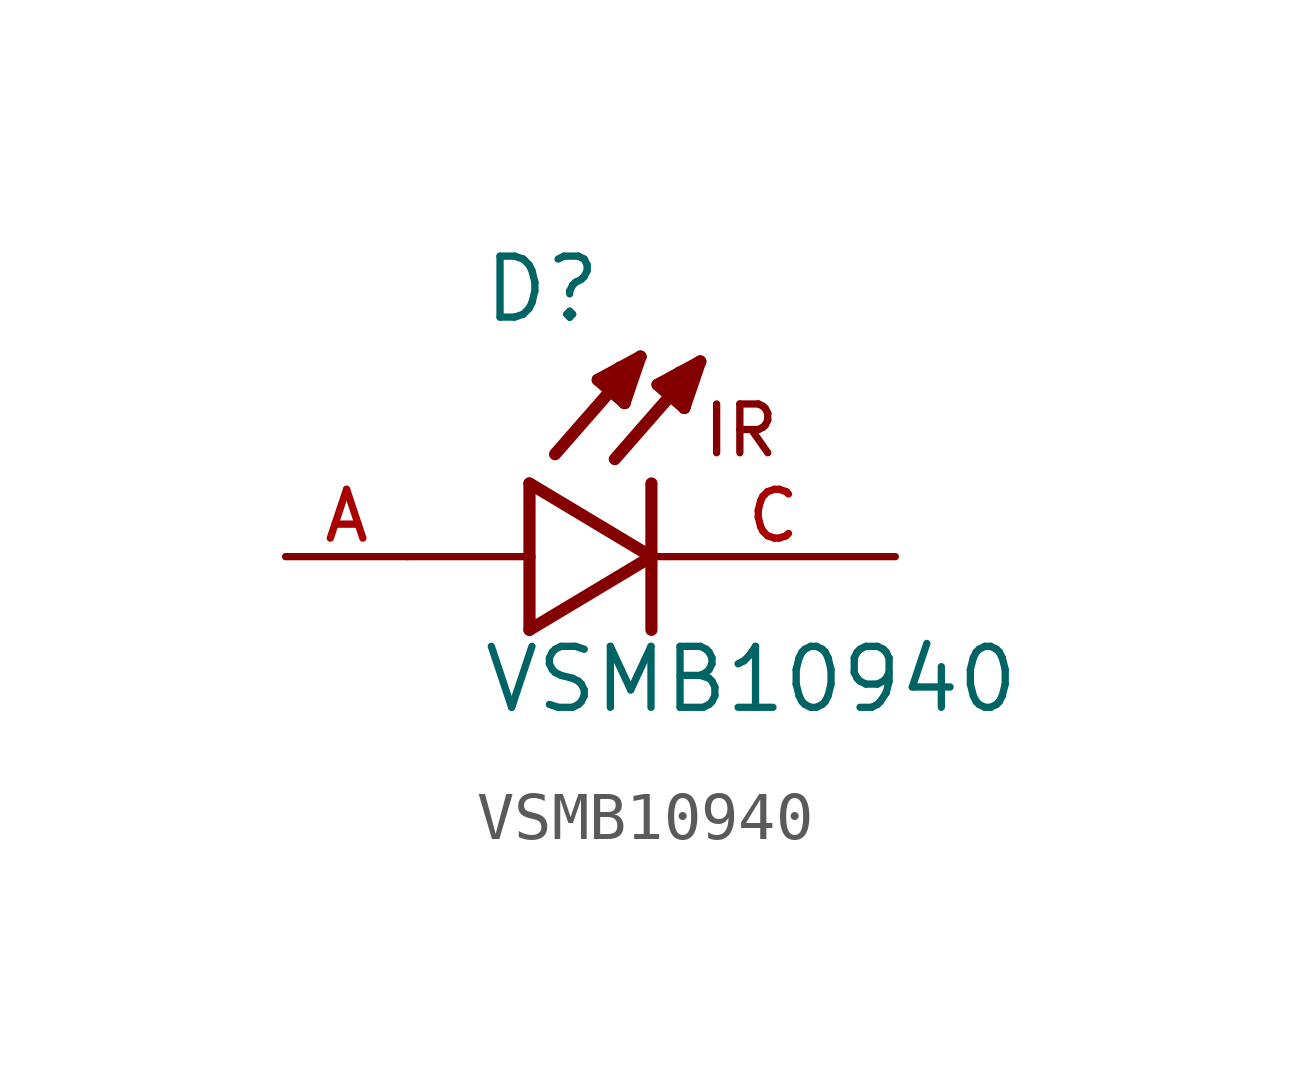
<source format=kicad_sym>
(kicad_symbol_lib
  (version 20211014)
  (generator kicad_symbol_editor)
  (symbol "VSMB10940"
    (pin_names
      (offset 1.016))
    (property "Reference" "D"
      (at -3.556 4.826 0)
      (effects (font (size 1.27 1.27)) (justify bottom left)))
    (property "Value" "VSMB10940"
      (at -3.556 -3.302 0)
      (effects (font (size 1.27 1.27)) (justify bottom left)))
    (symbol "VSMB10940_0_0"
      (polyline (pts (xy -2.54 1.524) (xy -2.54 0.0)) (stroke (width 0.254)))
      (polyline (pts (xy -2.54 0.0) (xy -2.54 -1.524)) (stroke (width 0.254)))
      (polyline (pts (xy -2.54 -1.524) (xy 0.0 0.0)) (stroke (width 0.254)))
      (polyline (pts (xy 0.0 0.0) (xy -2.54 1.524)) (stroke (width 0.254)))
      (polyline (pts (xy 0.0 1.524) (xy 0.0 -1.524)) (stroke (width 0.254)))
      (polyline (pts (xy -2.54 0.0) (xy -5.08 0.0)) (stroke (width 0.152)))
      (text "IR" (at 1.016 2.032 0) (effects (font (size 1.016 1.016)) (justify bottom left)))
      (polyline (pts (xy 1.016 4.064) (xy -0.762 2.032)) (stroke (width 0.254)))
      (polyline (pts (xy 0.686 3.099) (xy 0.127 3.581)) (stroke (width 0.254)))
      (polyline (pts (xy 0.127 3.581) (xy 1.016 4.064)) (stroke (width 0.254)))
      (polyline (pts (xy 1.016 4.064) (xy 0.686 3.099)) (stroke (width 0.254)))
      (polyline (pts (xy 0.686 3.099) (xy 0.711 3.835)) (stroke (width 0.254)))
      (polyline (pts (xy 0.711 3.835) (xy 0.584 3.835)) (stroke (width 0.254)))
      (polyline (pts (xy 0.305 3.505) (xy 0.533 3.658)) (stroke (width 0.254)))
      (polyline (pts (xy -0.229 4.166) (xy -2.007 2.134)) (stroke (width 0.254)))
      (polyline (pts (xy -0.559 3.2) (xy -1.118 3.683)) (stroke (width 0.254)))
      (polyline (pts (xy -1.118 3.683) (xy -0.229 4.166)) (stroke (width 0.254)))
      (polyline (pts (xy -0.229 4.166) (xy -0.559 3.2)) (stroke (width 0.254)))
      (polyline (pts (xy -0.559 3.2) (xy -0.533 3.937)) (stroke (width 0.254)))
      (polyline (pts (xy -0.533 3.937) (xy -0.66 3.937)) (stroke (width 0.254)))
      (polyline (pts (xy -0.94 3.607) (xy -0.711 3.759)) (stroke (width 0.254)))
      (pin passive line (at 5.08 0.0 180.0) (length 5.08) (name "~" (effects (font (size 1.016 1.016)))) (number "C" (effects (font (size 1.016 1.016)))))
      (pin passive line (at -7.62 0.0 0) (length 2.54) (name "~" (effects (font (size 1.016 1.016)))) (number "A" (effects (font (size 1.016 1.016))))))))
</source>
